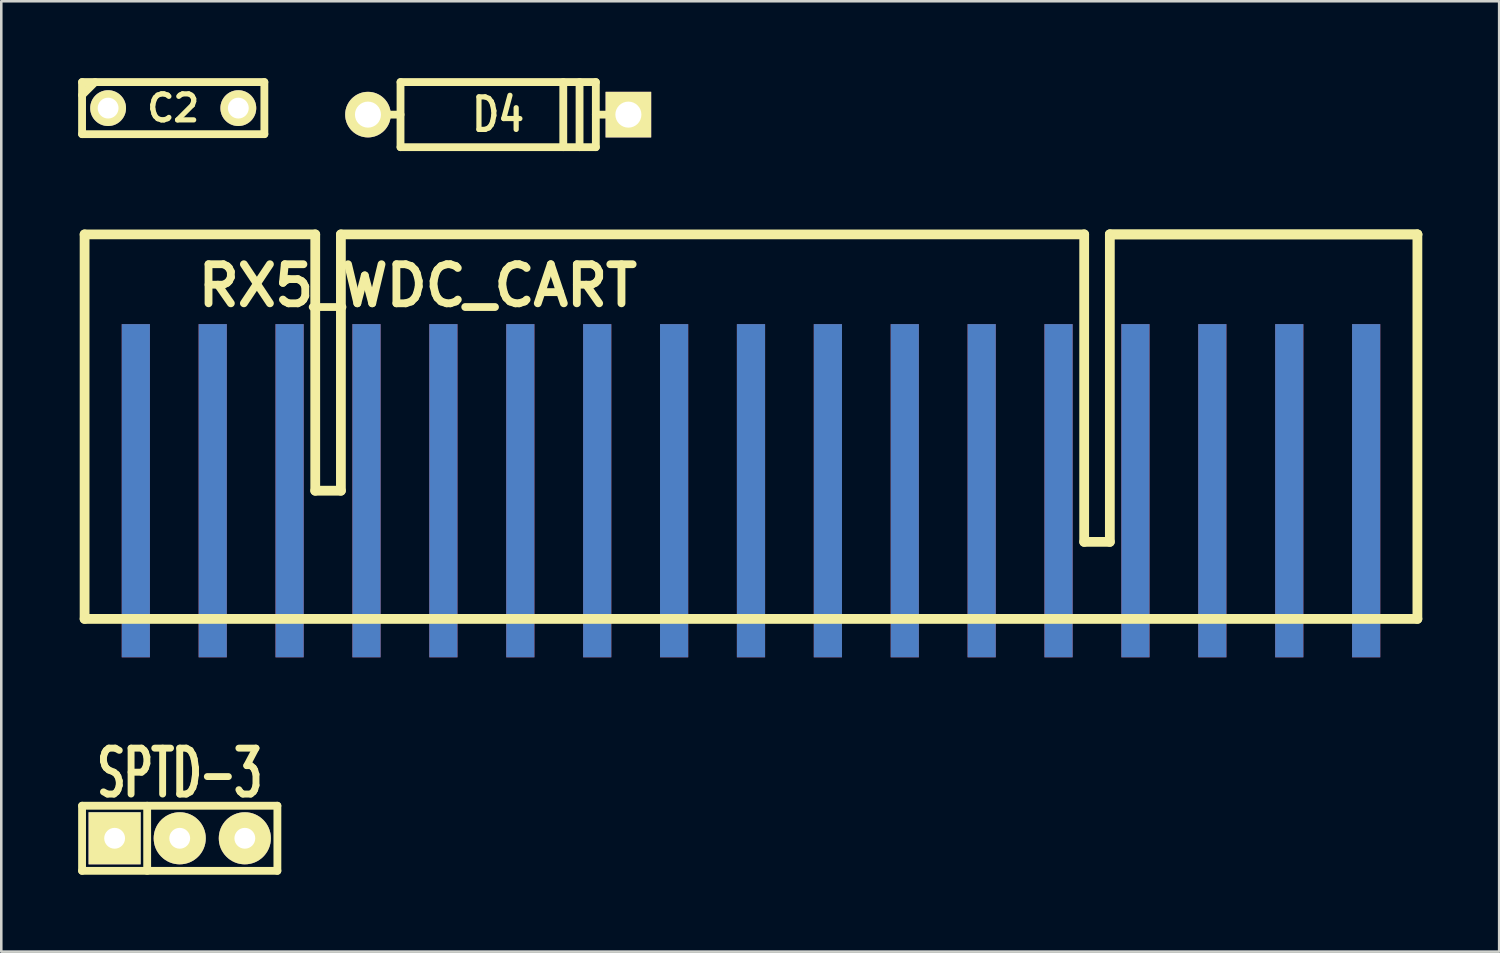
<source format=kicad_pcb>
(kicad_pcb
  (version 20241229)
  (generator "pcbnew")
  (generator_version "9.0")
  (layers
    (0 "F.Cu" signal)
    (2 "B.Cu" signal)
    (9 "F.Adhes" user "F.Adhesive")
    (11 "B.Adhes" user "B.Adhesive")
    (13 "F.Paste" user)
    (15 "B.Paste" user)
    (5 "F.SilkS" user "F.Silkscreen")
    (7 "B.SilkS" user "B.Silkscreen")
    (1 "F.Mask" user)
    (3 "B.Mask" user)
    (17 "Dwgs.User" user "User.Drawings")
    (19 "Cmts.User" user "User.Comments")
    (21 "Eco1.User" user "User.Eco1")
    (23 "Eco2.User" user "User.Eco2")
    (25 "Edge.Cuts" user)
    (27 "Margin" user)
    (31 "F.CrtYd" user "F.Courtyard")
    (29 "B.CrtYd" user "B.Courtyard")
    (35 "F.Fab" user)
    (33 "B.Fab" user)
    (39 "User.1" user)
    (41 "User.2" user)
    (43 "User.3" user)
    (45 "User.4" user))
  (footprint "RX5_WDC_CART"
    (layer "F.Cu")
    (at 0.25 6.095)
    (property "Reference" "RX5_WDC_CART" (at 13 1.999 0) (layer "F.SilkS") (effects (font (size 1.524 1.524) (thickness 0.305))))
    (attr through_hole)
    (fp_line (start 0 0) (end 0 15.001) (stroke (width 0.381) (type solid)) (layer "F.SilkS"))
    (fp_line (start 0 15.001) (end 51.999 15.001) (stroke (width 0.381) (type solid)) (layer "F.SilkS"))
    (fp_line (start 8.999 0) (end 0 0) (stroke (width 0.381) (type solid)) (layer "F.SilkS"))
    (fp_line (start 8.999 0) (end 8.999 10) (stroke (width 0.381) (type solid)) (layer "F.SilkS"))
    (fp_line (start 8.999 10) (end 10 10) (stroke (width 0.381) (type solid)) (layer "F.SilkS"))
    (fp_line (start 10 10) (end 10 0) (stroke (width 0.381) (type solid)) (layer "F.SilkS"))
    (fp_line (start 38.999 0) (end 10 0) (stroke (width 0.381) (type solid)) (layer "F.SilkS"))
    (fp_line (start 38.999 11.996) (end 38.999 -0.003) (stroke (width 0.381) (type solid)) (layer "F.SilkS"))
    (fp_line (start 40 -0.003) (end 40 11.996) (stroke (width 0.381) (type solid)) (layer "F.SilkS"))
    (fp_line (start 40 0) (end 51.999 0) (stroke (width 0.381) (type solid)) (layer "F.SilkS"))
    (fp_line (start 40 11.996) (end 38.999 11.996) (stroke (width 0.381) (type solid)) (layer "F.SilkS"))
    (fp_line (start 51.999 0) (end 40 0) (stroke (width 0.381) (type solid)) (layer "F.SilkS"))
    (fp_line (start 51.999 15.001) (end 51.999 0) (stroke (width 0.381) (type solid)) (layer "F.SilkS"))
    (pad "+5V" connect rect (at 1.999 10) (size 1.1 13) (layers "B.Cu" "B.Mask"))
    (pad "A0" connect rect (at 47 10) (size 1.1 13) (layers "F.Cu" "F.Mask"))
    (pad "A1" connect rect (at 43.998 10) (size 1.1 13) (layers "F.Cu" "F.Mask"))
    (pad "A2" connect rect (at 40.998 10) (size 1.1 13) (layers "F.Cu" "F.Mask"))
    (pad "A3" connect rect (at 37.998 10) (size 1.1 13) (layers "F.Cu" "F.Mask"))
    (pad "A4" connect rect (at 34.999 10) (size 1.1 13) (layers "F.Cu" "F.Mask"))
    (pad "A5" connect rect (at 31.999 10) (size 1.1 13) (layers "F.Cu" "F.Mask"))
    (pad "A6" connect rect (at 28.999 10) (size 1.1 13) (layers "F.Cu" "F.Mask"))
    (pad "A7" connect rect (at 25.999 10) (size 1.1 13) (layers "F.Cu" "F.Mask"))
    (pad "A8" connect rect (at 23 10) (size 1.1 13) (layers "F.Cu" "F.Mask"))
    (pad "A9" connect rect (at 20 10) (size 1.1 13) (layers "F.Cu" "F.Mask"))
    (pad "A10" connect rect (at 17 10) (size 1.1 13) (layers "F.Cu" "F.Mask"))
    (pad "A11" connect rect (at 13.998 10) (size 1.1 13) (layers "F.Cu" "F.Mask"))
    (pad "A12" connect rect (at 10.998 10) (size 1.1 13) (layers "F.Cu" "F.Mask"))
    (pad "A13" connect rect (at 7.998 10) (size 1.1 13) (layers "F.Cu" "F.Mask"))
    (pad "A14" connect rect (at 4.999 10) (size 1.1 13) (layers "F.Cu" "F.Mask"))
    (pad "A15" connect rect (at 13.998 10) (size 1.1 13) (layers "B.Cu" "B.Mask"))
    (pad "A16" connect rect (at 10.998 10) (size 1.1 13) (layers "B.Cu" "B.Mask"))
    (pad "CE0" connect rect (at 23 10) (size 1.1 13) (layers "B.Cu" "B.Mask"))
    (pad "CE1" connect rect (at 20 10) (size 1.1 13) (layers "B.Cu" "B.Mask"))
    (pad "CT0" connect rect (at 7.998 10) (size 1.1 13) (layers "B.Cu" "B.Mask"))
    (pad "CT1" connect rect (at 4.999 10) (size 1.1 13) (layers "B.Cu" "B.Mask"))
    (pad "D0" connect rect (at 47 10) (size 1.1 13) (layers "B.Cu" "B.Mask"))
    (pad "D1" connect rect (at 43.998 10) (size 1.1 13) (layers "B.Cu" "B.Mask"))
    (pad "D2" connect rect (at 40.998 10) (size 1.1 13) (layers "B.Cu" "B.Mask"))
    (pad "D3" connect rect (at 37.998 10) (size 1.1 13) (layers "B.Cu" "B.Mask"))
    (pad "D4" connect rect (at 34.999 10) (size 1.1 13) (layers "B.Cu" "B.Mask"))
    (pad "D5" connect rect (at 31.999 10) (size 1.1 13) (layers "B.Cu" "B.Mask"))
    (pad "D6" connect rect (at 28.999 10) (size 1.1 13) (layers "B.Cu" "B.Mask"))
    (pad "D7" connect rect (at 25.999 10) (size 1.1 13) (layers "B.Cu" "B.Mask"))
    (pad "GND" connect rect (at 50 10) (size 1.1 13) (layers "B.Cu" "B.Mask"))
    (pad "OE" connect rect (at 17 10) (size 1.1 13) (layers "B.Cu" "B.Mask"))
    (pad "PROT" connect rect (at 1.999 10) (size 1.1 13) (layers "F.Cu" "F.Mask"))
    (pad "WE" connect rect (at 50 10) (size 1.1 13) (layers "F.Cu" "F.Mask")))
  (footprint "C2"
    (layer "F.Cu")
    (at 3.708 1.168)
    (property "Reference" "C2" (at 0 0 0) (layer "F.SilkS") (effects (font (size 1.016 1.016) (thickness 0.203))))
    (attr through_hole)
    (fp_line (start -3.556 -1.016) (end 3.556 -1.016) (stroke (width 0.305) (type solid)) (layer "F.SilkS"))
    (fp_line (start -3.556 -0.508) (end -3.048 -1.016) (stroke (width 0.305) (type solid)) (layer "F.SilkS"))
    (fp_line (start -3.556 1.016) (end -3.556 -1.016) (stroke (width 0.305) (type solid)) (layer "F.SilkS"))
    (fp_line (start 3.556 -1.016) (end 3.556 1.016) (stroke (width 0.305) (type solid)) (layer "F.SilkS"))
    (fp_line (start 3.556 1.016) (end -3.556 1.016) (stroke (width 0.305) (type solid)) (layer "F.SilkS"))
    (pad "1" thru_hole circle (at -2.54 0) (size 1.397 1.397) (drill 0.813) (layers "*.Cu" "*.Mask" "F.SilkS"))
    (pad "2" thru_hole circle (at 2.54 0) (size 1.397 1.397) (drill 0.813) (layers "*.Cu" "*.Mask" "F.SilkS")))
  (footprint "SPTD-3"
    (layer "F.Cu")
    (at 3.962 29.655)
    (property "Reference" "SPTD-3" (at 0 -2.54 0) (layer "F.SilkS") (effects (font (size 1.791 1.077) (thickness 0.269))))
    (attr through_hole)
    (fp_line (start -3.81 -1.27) (end 3.81 -1.27) (stroke (width 0.305) (type solid)) (layer "F.SilkS"))
    (fp_line (start -3.81 1.27) (end -3.81 -1.27) (stroke (width 0.305) (type solid)) (layer "F.SilkS"))
    (fp_line (start -1.27 -1.27) (end -1.27 1.27) (stroke (width 0.305) (type solid)) (layer "F.SilkS"))
    (fp_line (start 3.81 -1.27) (end 3.81 1.27) (stroke (width 0.305) (type solid)) (layer "F.SilkS"))
    (fp_line (start 3.81 1.27) (end -3.81 1.27) (stroke (width 0.305) (type solid)) (layer "F.SilkS"))
    (pad "1" thru_hole rect (at -2.54 0) (size 2.032 2.032) (drill 0.813) (layers "*.Cu" "*.Mask" "F.SilkS"))
    (pad "2" thru_hole circle (at 0 0) (size 2.032 2.032) (drill 0.813) (layers "*.Cu" "*.Mask" "F.SilkS"))
    (pad "3" thru_hole circle (at 2.54 0) (size 2.032 2.032) (drill 0.813) (layers "*.Cu" "*.Mask" "F.SilkS")))
  (footprint "D4"
    (layer "F.Cu")
    (at 16.386 1.422)
    (property "Reference" "D4" (at 0 0 0) (layer "F.SilkS") (effects (font (size 1.27 1.016) (thickness 0.203))))
    (attr through_hole)
    (fp_line (start -3.81 -1.27) (end 3.81 -1.27) (stroke (width 0.305) (type solid)) (layer "F.SilkS"))
    (fp_line (start -3.81 0) (end -5.08 0) (stroke (width 0.305) (type solid)) (layer "F.SilkS"))
    (fp_line (start -3.81 1.27) (end -3.81 -1.27) (stroke (width 0.305) (type solid)) (layer "F.SilkS"))
    (fp_line (start 2.54 1.27) (end 2.54 -1.27) (stroke (width 0.305) (type solid)) (layer "F.SilkS"))
    (fp_line (start 3.175 -1.27) (end 3.175 1.27) (stroke (width 0.305) (type solid)) (layer "F.SilkS"))
    (fp_line (start 3.81 -1.27) (end 3.81 1.27) (stroke (width 0.305) (type solid)) (layer "F.SilkS"))
    (fp_line (start 3.81 0) (end 5.08 0) (stroke (width 0.305) (type solid)) (layer "F.SilkS"))
    (fp_line (start 3.81 1.27) (end -3.81 1.27) (stroke (width 0.305) (type solid)) (layer "F.SilkS"))
    (pad "1" thru_hole circle (at -5.08 0) (size 1.778 1.778) (drill 1.016) (layers "*.Cu" "*.Mask" "F.SilkS"))
    (pad "2" thru_hole rect (at 5.08 0) (size 1.778 1.778) (drill 1.016) (layers "*.Cu" "*.Mask" "F.SilkS")))
  (gr_rect
    (start -3 -3)
    (end 55.439 34.077)
    (stroke (width 0.1) (type default))
    (fill no)
    (layer "Edge.Cuts")))
</source>
